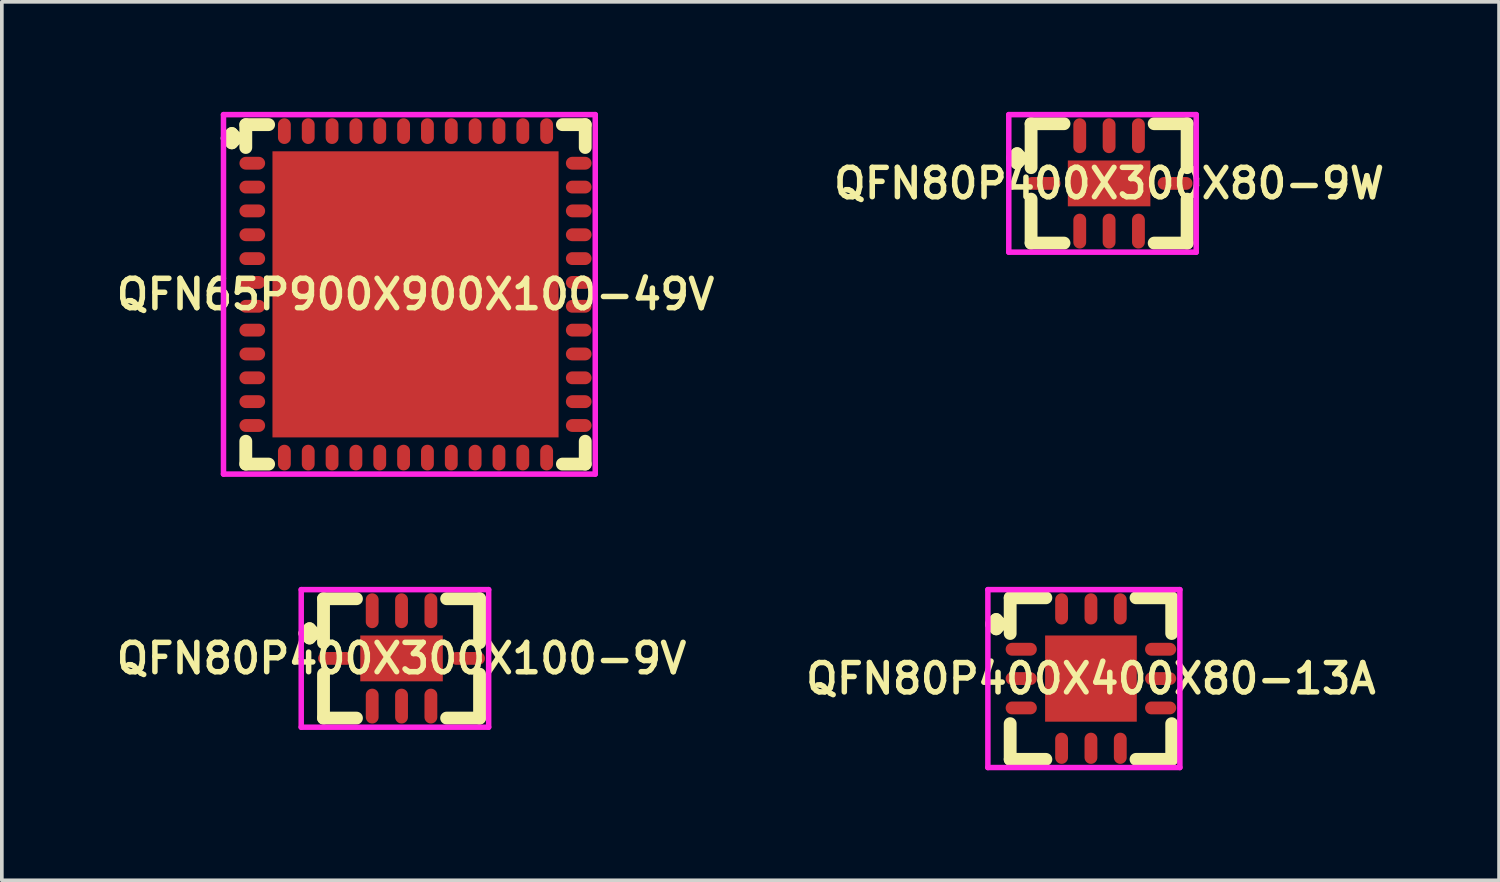
<source format=kicad_pcb>
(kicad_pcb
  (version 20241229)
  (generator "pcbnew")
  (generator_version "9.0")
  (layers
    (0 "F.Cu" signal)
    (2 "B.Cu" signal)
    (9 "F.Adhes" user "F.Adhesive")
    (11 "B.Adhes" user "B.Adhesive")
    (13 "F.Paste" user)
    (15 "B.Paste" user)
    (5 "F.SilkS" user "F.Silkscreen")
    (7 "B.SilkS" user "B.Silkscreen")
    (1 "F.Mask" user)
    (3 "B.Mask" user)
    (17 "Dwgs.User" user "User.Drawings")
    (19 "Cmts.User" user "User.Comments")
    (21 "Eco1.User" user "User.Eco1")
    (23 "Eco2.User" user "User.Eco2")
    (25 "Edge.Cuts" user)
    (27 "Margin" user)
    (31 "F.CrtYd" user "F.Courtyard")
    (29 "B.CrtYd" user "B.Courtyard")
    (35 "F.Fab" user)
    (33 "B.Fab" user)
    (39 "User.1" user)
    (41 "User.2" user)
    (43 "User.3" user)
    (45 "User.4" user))
  (footprint "QFN80P400X300X100-9V"
    (layer "F.Cu")
    (at 7.897 14.9)
    (property "Reference" "QFN80P400X300X100-9V" (at 0 0 0) (layer "F.SilkS") (effects (font (size 0.8 0.8) (thickness 0.15))))
    (attr smd)
    (fp_line (start -2.635 -0.683) (end -2.508 -0.81) (stroke (width 0.35) (type solid)) (layer "F.SilkS"))
    (fp_line (start -2.508 -0.81) (end -2.381 -0.683) (stroke (width 0.35) (type solid)) (layer "F.SilkS"))
    (fp_line (start -2.508 -0.556) (end -2.635 -0.683) (stroke (width 0.35) (type solid)) (layer "F.SilkS"))
    (fp_line (start -2.381 -0.683) (end -2.508 -0.556) (stroke (width 0.35) (type solid)) (layer "F.SilkS"))
    (fp_line (start -2.127 -1.627) (end -1.229 -1.627) (stroke (width 0.35) (type solid)) (layer "F.SilkS"))
    (fp_line (start -2.127 -0.429) (end -2.127 -1.627) (stroke (width 0.35) (type solid)) (layer "F.SilkS"))
    (fp_line (start -2.127 0.429) (end -2.127 1.627) (stroke (width 0.35) (type solid)) (layer "F.SilkS"))
    (fp_line (start -2.127 1.627) (end -1.229 1.627) (stroke (width 0.35) (type solid)) (layer "F.SilkS"))
    (fp_line (start 1.229 -1.627) (end 2.127 -1.627) (stroke (width 0.35) (type solid)) (layer "F.SilkS"))
    (fp_line (start 1.229 1.627) (end 2.127 1.627) (stroke (width 0.35) (type solid)) (layer "F.SilkS"))
    (fp_line (start 2.127 -1.627) (end 2.127 -0.429) (stroke (width 0.35) (type solid)) (layer "F.SilkS"))
    (fp_line (start 2.127 1.627) (end 2.127 0.429) (stroke (width 0.35) (type solid)) (layer "F.SilkS"))
    (fp_line (start -2.735 -1.875) (end 2.375 -1.875) (stroke (width 0.15) (type solid)) (layer "F.CrtYd"))
    (fp_line (start -2.735 1.875) (end -2.735 -1.875) (stroke (width 0.15) (type solid)) (layer "F.CrtYd"))
    (fp_line (start 2.375 -1.875) (end 2.375 1.875) (stroke (width 0.15) (type solid)) (layer "F.CrtYd"))
    (fp_line (start 2.375 1.875) (end -2.735 1.875) (stroke (width 0.15) (type solid)) (layer "F.CrtYd"))
    (pad "1" smd oval (at -1.8 0) (size 0.95 0.35) (layers "F.Cu" "F.Mask" "F.Paste"))
    (pad "2" smd oval (at -0.8 1.3) (size 0.35 0.95) (layers "F.Cu" "F.Mask" "F.Paste"))
    (pad "3" smd oval (at 0 1.3) (size 0.35 0.95) (layers "F.Cu" "F.Mask" "F.Paste"))
    (pad "4" smd oval (at 0.8 1.3) (size 0.35 0.95) (layers "F.Cu" "F.Mask" "F.Paste"))
    (pad "5" smd oval (at 1.8 0) (size 0.95 0.35) (layers "F.Cu" "F.Mask" "F.Paste"))
    (pad "6" smd oval (at 0.8 -1.3) (size 0.35 0.95) (layers "F.Cu" "F.Mask" "F.Paste"))
    (pad "7" smd oval (at 0 -1.3) (size 0.35 0.95) (layers "F.Cu" "F.Mask" "F.Paste"))
    (pad "8" smd oval (at -0.8 -1.3) (size 0.35 0.95) (layers "F.Cu" "F.Mask" "F.Paste"))
    (pad "9" smd rect (at 0 0) (size 2.25 1.25) (layers "F.Cu" "F.Mask" "F.Paste")))
  (footprint "QFN80P400X400X80-13A"
    (layer "F.Cu")
    (at 26.692 15.45)
    (property "Reference" "QFN80P400X400X80-13A" (at 0 0 0) (layer "F.SilkS") (effects (font (size 0.8 0.8) (thickness 0.15))))
    (attr smd)
    (fp_line (start -2.71 -1.483) (end -2.583 -1.61) (stroke (width 0.35) (type solid)) (layer "F.SilkS"))
    (fp_line (start -2.583 -1.61) (end -2.456 -1.483) (stroke (width 0.35) (type solid)) (layer "F.SilkS"))
    (fp_line (start -2.583 -1.356) (end -2.71 -1.483) (stroke (width 0.35) (type solid)) (layer "F.SilkS"))
    (fp_line (start -2.456 -1.483) (end -2.583 -1.356) (stroke (width 0.35) (type solid)) (layer "F.SilkS"))
    (fp_line (start -2.202 -2.202) (end -1.229 -2.202) (stroke (width 0.35) (type solid)) (layer "F.SilkS"))
    (fp_line (start -2.202 -1.229) (end -2.202 -2.202) (stroke (width 0.35) (type solid)) (layer "F.SilkS"))
    (fp_line (start -2.202 1.229) (end -2.202 2.202) (stroke (width 0.35) (type solid)) (layer "F.SilkS"))
    (fp_line (start -2.202 2.202) (end -1.229 2.202) (stroke (width 0.35) (type solid)) (layer "F.SilkS"))
    (fp_line (start 1.229 -2.202) (end 2.202 -2.202) (stroke (width 0.35) (type solid)) (layer "F.SilkS"))
    (fp_line (start 1.229 2.202) (end 2.202 2.202) (stroke (width 0.35) (type solid)) (layer "F.SilkS"))
    (fp_line (start 2.202 -2.202) (end 2.202 -1.229) (stroke (width 0.35) (type solid)) (layer "F.SilkS"))
    (fp_line (start 2.202 2.202) (end 2.202 1.229) (stroke (width 0.35) (type solid)) (layer "F.SilkS"))
    (fp_line (start -2.81 -2.425) (end 2.425 -2.425) (stroke (width 0.15) (type solid)) (layer "F.CrtYd"))
    (fp_line (start -2.81 2.425) (end -2.81 -2.425) (stroke (width 0.15) (type solid)) (layer "F.CrtYd"))
    (fp_line (start 2.425 -2.425) (end 2.425 2.425) (stroke (width 0.15) (type solid)) (layer "F.CrtYd"))
    (fp_line (start 2.425 2.425) (end -2.81 2.425) (stroke (width 0.15) (type solid)) (layer "F.CrtYd"))
    (pad "1" smd oval (at -1.9 -0.8) (size 0.85 0.35) (layers "F.Cu" "F.Mask" "F.Paste"))
    (pad "2" smd oval (at -1.9 0) (size 0.85 0.35) (layers "F.Cu" "F.Mask" "F.Paste"))
    (pad "3" smd oval (at -1.9 0.8) (size 0.85 0.35) (layers "F.Cu" "F.Mask" "F.Paste"))
    (pad "4" smd oval (at -0.8 1.9) (size 0.35 0.85) (layers "F.Cu" "F.Mask" "F.Paste"))
    (pad "5" smd oval (at 0 1.9) (size 0.35 0.85) (layers "F.Cu" "F.Mask" "F.Paste"))
    (pad "6" smd oval (at 0.8 1.9) (size 0.35 0.85) (layers "F.Cu" "F.Mask" "F.Paste"))
    (pad "7" smd oval (at 1.9 0.8) (size 0.85 0.35) (layers "F.Cu" "F.Mask" "F.Paste"))
    (pad "8" smd oval (at 1.9 0) (size 0.85 0.35) (layers "F.Cu" "F.Mask" "F.Paste"))
    (pad "9" smd oval (at 1.9 -0.8) (size 0.85 0.35) (layers "F.Cu" "F.Mask" "F.Paste"))
    (pad "10" smd oval (at 0.8 -1.9) (size 0.35 0.85) (layers "F.Cu" "F.Mask" "F.Paste"))
    (pad "11" smd oval (at 0 -1.9) (size 0.35 0.85) (layers "F.Cu" "F.Mask" "F.Paste"))
    (pad "12" smd oval (at -0.8 -1.9) (size 0.35 0.85) (layers "F.Cu" "F.Mask" "F.Paste"))
    (pad "13" smd rect (at 0 0) (size 2.5 2.35) (layers "F.Cu" "F.Mask" "F.Paste")))
  (footprint "QFN80P400X300X80-9W"
    (layer "F.Cu")
    (at 27.187 1.95)
    (property "Reference" "QFN80P400X300X80-9W" (at 0 0 0) (layer "F.SilkS") (effects (font (size 0.8 0.8) (thickness 0.15))))
    (attr smd)
    (fp_line (start -2.635 -0.683) (end -2.508 -0.81) (stroke (width 0.35) (type solid)) (layer "F.SilkS"))
    (fp_line (start -2.508 -0.81) (end -2.381 -0.683) (stroke (width 0.35) (type solid)) (layer "F.SilkS"))
    (fp_line (start -2.508 -0.556) (end -2.635 -0.683) (stroke (width 0.35) (type solid)) (layer "F.SilkS"))
    (fp_line (start -2.381 -0.683) (end -2.508 -0.556) (stroke (width 0.35) (type solid)) (layer "F.SilkS"))
    (fp_line (start -2.127 -1.627) (end -1.229 -1.627) (stroke (width 0.35) (type solid)) (layer "F.SilkS"))
    (fp_line (start -2.127 -0.429) (end -2.127 -1.627) (stroke (width 0.35) (type solid)) (layer "F.SilkS"))
    (fp_line (start -2.127 0.429) (end -2.127 1.627) (stroke (width 0.35) (type solid)) (layer "F.SilkS"))
    (fp_line (start -2.127 1.627) (end -1.229 1.627) (stroke (width 0.35) (type solid)) (layer "F.SilkS"))
    (fp_line (start 1.229 -1.627) (end 2.127 -1.627) (stroke (width 0.35) (type solid)) (layer "F.SilkS"))
    (fp_line (start 1.229 1.627) (end 2.127 1.627) (stroke (width 0.35) (type solid)) (layer "F.SilkS"))
    (fp_line (start 2.127 -1.627) (end 2.127 -0.429) (stroke (width 0.35) (type solid)) (layer "F.SilkS"))
    (fp_line (start 2.127 1.627) (end 2.127 0.429) (stroke (width 0.35) (type solid)) (layer "F.SilkS"))
    (fp_line (start -2.735 -1.875) (end 2.375 -1.875) (stroke (width 0.15) (type solid)) (layer "F.CrtYd"))
    (fp_line (start -2.735 1.875) (end -2.735 -1.875) (stroke (width 0.15) (type solid)) (layer "F.CrtYd"))
    (fp_line (start 2.375 -1.875) (end 2.375 1.875) (stroke (width 0.15) (type solid)) (layer "F.CrtYd"))
    (fp_line (start 2.375 1.875) (end -2.735 1.875) (stroke (width 0.15) (type solid)) (layer "F.CrtYd"))
    (pad "1" smd oval (at -1.8 0) (size 0.95 0.35) (layers "F.Cu" "F.Mask" "F.Paste"))
    (pad "2" smd oval (at -0.8 1.3) (size 0.35 0.95) (layers "F.Cu" "F.Mask" "F.Paste"))
    (pad "3" smd oval (at 0 1.3) (size 0.35 0.95) (layers "F.Cu" "F.Mask" "F.Paste"))
    (pad "4" smd oval (at 0.8 1.3) (size 0.35 0.95) (layers "F.Cu" "F.Mask" "F.Paste"))
    (pad "5" smd oval (at 1.8 0) (size 0.95 0.35) (layers "F.Cu" "F.Mask" "F.Paste"))
    (pad "6" smd oval (at 0.8 -1.3) (size 0.35 0.95) (layers "F.Cu" "F.Mask" "F.Paste"))
    (pad "7" smd oval (at 0 -1.3) (size 0.35 0.95) (layers "F.Cu" "F.Mask" "F.Paste"))
    (pad "8" smd oval (at -0.8 -1.3) (size 0.35 0.95) (layers "F.Cu" "F.Mask" "F.Paste"))
    (pad "9" smd rect (at 0 0) (size 2.25 1.25) (layers "F.Cu" "F.Mask" "F.Paste")))
  (footprint "QFN65P900X900X100-49V"
    (layer "F.Cu")
    (at 8.278 4.975)
    (property "Reference" "QFN65P900X900X100-49V" (at 0 0 0) (layer "F.SilkS") (effects (font (size 0.8 0.8) (thickness 0.15))))
    (attr smd)
    (fp_line (start -5.135 -4.258) (end -5.008 -4.385) (stroke (width 0.35) (type solid)) (layer "F.SilkS"))
    (fp_line (start -5.008 -4.385) (end -4.881 -4.258) (stroke (width 0.35) (type solid)) (layer "F.SilkS"))
    (fp_line (start -5.008 -4.131) (end -5.135 -4.258) (stroke (width 0.35) (type solid)) (layer "F.SilkS"))
    (fp_line (start -4.881 -4.258) (end -5.008 -4.131) (stroke (width 0.35) (type solid)) (layer "F.SilkS"))
    (fp_line (start -4.627 -4.627) (end -4.004 -4.627) (stroke (width 0.35) (type solid)) (layer "F.SilkS"))
    (fp_line (start -4.627 -4.004) (end -4.627 -4.627) (stroke (width 0.35) (type solid)) (layer "F.SilkS"))
    (fp_line (start -4.627 4.004) (end -4.627 4.627) (stroke (width 0.35) (type solid)) (layer "F.SilkS"))
    (fp_line (start -4.627 4.627) (end -4.004 4.627) (stroke (width 0.35) (type solid)) (layer "F.SilkS"))
    (fp_line (start 4.004 -4.627) (end 4.627 -4.627) (stroke (width 0.35) (type solid)) (layer "F.SilkS"))
    (fp_line (start 4.004 4.627) (end 4.627 4.627) (stroke (width 0.35) (type solid)) (layer "F.SilkS"))
    (fp_line (start 4.627 -4.627) (end 4.627 -4.004) (stroke (width 0.35) (type solid)) (layer "F.SilkS"))
    (fp_line (start 4.627 4.627) (end 4.627 4.004) (stroke (width 0.35) (type solid)) (layer "F.SilkS"))
    (fp_line (start -5.235 -4.9) (end 4.9 -4.9) (stroke (width 0.15) (type solid)) (layer "F.CrtYd"))
    (fp_line (start -5.235 4.9) (end -5.235 -4.9) (stroke (width 0.15) (type solid)) (layer "F.CrtYd"))
    (fp_line (start 4.9 -4.9) (end 4.9 4.9) (stroke (width 0.15) (type solid)) (layer "F.CrtYd"))
    (fp_line (start 4.9 4.9) (end -5.235 4.9) (stroke (width 0.15) (type solid)) (layer "F.CrtYd"))
    (pad "1" smd oval (at -4.45 -3.575) (size 0.7 0.35) (layers "F.Cu" "F.Mask" "F.Paste"))
    (pad "2" smd oval (at -4.45 -2.925) (size 0.7 0.35) (layers "F.Cu" "F.Mask" "F.Paste"))
    (pad "3" smd oval (at -4.45 -2.275) (size 0.7 0.35) (layers "F.Cu" "F.Mask" "F.Paste"))
    (pad "4" smd oval (at -4.45 -1.625) (size 0.7 0.35) (layers "F.Cu" "F.Mask" "F.Paste"))
    (pad "5" smd oval (at -4.45 -0.975) (size 0.7 0.35) (layers "F.Cu" "F.Mask" "F.Paste"))
    (pad "6" smd oval (at -4.45 -0.325) (size 0.7 0.35) (layers "F.Cu" "F.Mask" "F.Paste"))
    (pad "7" smd oval (at -4.45 0.325) (size 0.7 0.35) (layers "F.Cu" "F.Mask" "F.Paste"))
    (pad "8" smd oval (at -4.45 0.975) (size 0.7 0.35) (layers "F.Cu" "F.Mask" "F.Paste"))
    (pad "9" smd oval (at -4.45 1.625) (size 0.7 0.35) (layers "F.Cu" "F.Mask" "F.Paste"))
    (pad "10" smd oval (at -4.45 2.275) (size 0.7 0.35) (layers "F.Cu" "F.Mask" "F.Paste"))
    (pad "11" smd oval (at -4.45 2.925) (size 0.7 0.35) (layers "F.Cu" "F.Mask" "F.Paste"))
    (pad "12" smd oval (at -4.45 3.575) (size 0.7 0.35) (layers "F.Cu" "F.Mask" "F.Paste"))
    (pad "13" smd oval (at -3.575 4.45) (size 0.35 0.7) (layers "F.Cu" "F.Mask" "F.Paste"))
    (pad "14" smd oval (at -2.925 4.45) (size 0.35 0.7) (layers "F.Cu" "F.Mask" "F.Paste"))
    (pad "15" smd oval (at -2.275 4.45) (size 0.35 0.7) (layers "F.Cu" "F.Mask" "F.Paste"))
    (pad "16" smd oval (at -1.625 4.45) (size 0.35 0.7) (layers "F.Cu" "F.Mask" "F.Paste"))
    (pad "17" smd oval (at -0.975 4.45) (size 0.35 0.7) (layers "F.Cu" "F.Mask" "F.Paste"))
    (pad "18" smd oval (at -0.325 4.45) (size 0.35 0.7) (layers "F.Cu" "F.Mask" "F.Paste"))
    (pad "19" smd oval (at 0.325 4.45) (size 0.35 0.7) (layers "F.Cu" "F.Mask" "F.Paste"))
    (pad "20" smd oval (at 0.975 4.45) (size 0.35 0.7) (layers "F.Cu" "F.Mask" "F.Paste"))
    (pad "21" smd oval (at 1.625 4.45) (size 0.35 0.7) (layers "F.Cu" "F.Mask" "F.Paste"))
    (pad "22" smd oval (at 2.275 4.45) (size 0.35 0.7) (layers "F.Cu" "F.Mask" "F.Paste"))
    (pad "23" smd oval (at 2.925 4.45) (size 0.35 0.7) (layers "F.Cu" "F.Mask" "F.Paste"))
    (pad "24" smd oval (at 3.575 4.45) (size 0.35 0.7) (layers "F.Cu" "F.Mask" "F.Paste"))
    (pad "25" smd oval (at 4.45 3.575) (size 0.7 0.35) (layers "F.Cu" "F.Mask" "F.Paste"))
    (pad "26" smd oval (at 4.45 2.925) (size 0.7 0.35) (layers "F.Cu" "F.Mask" "F.Paste"))
    (pad "27" smd oval (at 4.45 2.275) (size 0.7 0.35) (layers "F.Cu" "F.Mask" "F.Paste"))
    (pad "28" smd oval (at 4.45 1.625) (size 0.7 0.35) (layers "F.Cu" "F.Mask" "F.Paste"))
    (pad "29" smd oval (at 4.45 0.975) (size 0.7 0.35) (layers "F.Cu" "F.Mask" "F.Paste"))
    (pad "30" smd oval (at 4.45 0.325) (size 0.7 0.35) (layers "F.Cu" "F.Mask" "F.Paste"))
    (pad "31" smd oval (at 4.45 -0.325) (size 0.7 0.35) (layers "F.Cu" "F.Mask" "F.Paste"))
    (pad "32" smd oval (at 4.45 -0.975) (size 0.7 0.35) (layers "F.Cu" "F.Mask" "F.Paste"))
    (pad "33" smd oval (at 4.45 -1.625) (size 0.7 0.35) (layers "F.Cu" "F.Mask" "F.Paste"))
    (pad "34" smd oval (at 4.45 -2.275) (size 0.7 0.35) (layers "F.Cu" "F.Mask" "F.Paste"))
    (pad "35" smd oval (at 4.45 -2.925) (size 0.7 0.35) (layers "F.Cu" "F.Mask" "F.Paste"))
    (pad "36" smd oval (at 4.45 -3.575) (size 0.7 0.35) (layers "F.Cu" "F.Mask" "F.Paste"))
    (pad "37" smd oval (at 3.575 -4.45) (size 0.35 0.7) (layers "F.Cu" "F.Mask" "F.Paste"))
    (pad "38" smd oval (at 2.925 -4.45) (size 0.35 0.7) (layers "F.Cu" "F.Mask" "F.Paste"))
    (pad "39" smd oval (at 2.275 -4.45) (size 0.35 0.7) (layers "F.Cu" "F.Mask" "F.Paste"))
    (pad "40" smd oval (at 1.625 -4.45) (size 0.35 0.7) (layers "F.Cu" "F.Mask" "F.Paste"))
    (pad "41" smd oval (at 0.975 -4.45) (size 0.35 0.7) (layers "F.Cu" "F.Mask" "F.Paste"))
    (pad "42" smd oval (at 0.325 -4.45) (size 0.35 0.7) (layers "F.Cu" "F.Mask" "F.Paste"))
    (pad "43" smd oval (at -0.325 -4.45) (size 0.35 0.7) (layers "F.Cu" "F.Mask" "F.Paste"))
    (pad "44" smd oval (at -0.975 -4.45) (size 0.35 0.7) (layers "F.Cu" "F.Mask" "F.Paste"))
    (pad "45" smd oval (at -1.625 -4.45) (size 0.35 0.7) (layers "F.Cu" "F.Mask" "F.Paste"))
    (pad "46" smd oval (at -2.275 -4.45) (size 0.35 0.7) (layers "F.Cu" "F.Mask" "F.Paste"))
    (pad "47" smd oval (at -2.925 -4.45) (size 0.35 0.7) (layers "F.Cu" "F.Mask" "F.Paste"))
    (pad "48" smd oval (at -3.575 -4.45) (size 0.35 0.7) (layers "F.Cu" "F.Mask" "F.Paste"))
    (pad "49" smd rect (at 0 0) (size 7.8 7.8) (layers "F.Cu" "F.Mask" "F.Paste")))
  (gr_rect
    (start -3 -3)
    (end 37.818 20.95)
    (stroke (width 0.1) (type default))
    (fill no)
    (layer "Edge.Cuts")))
</source>
